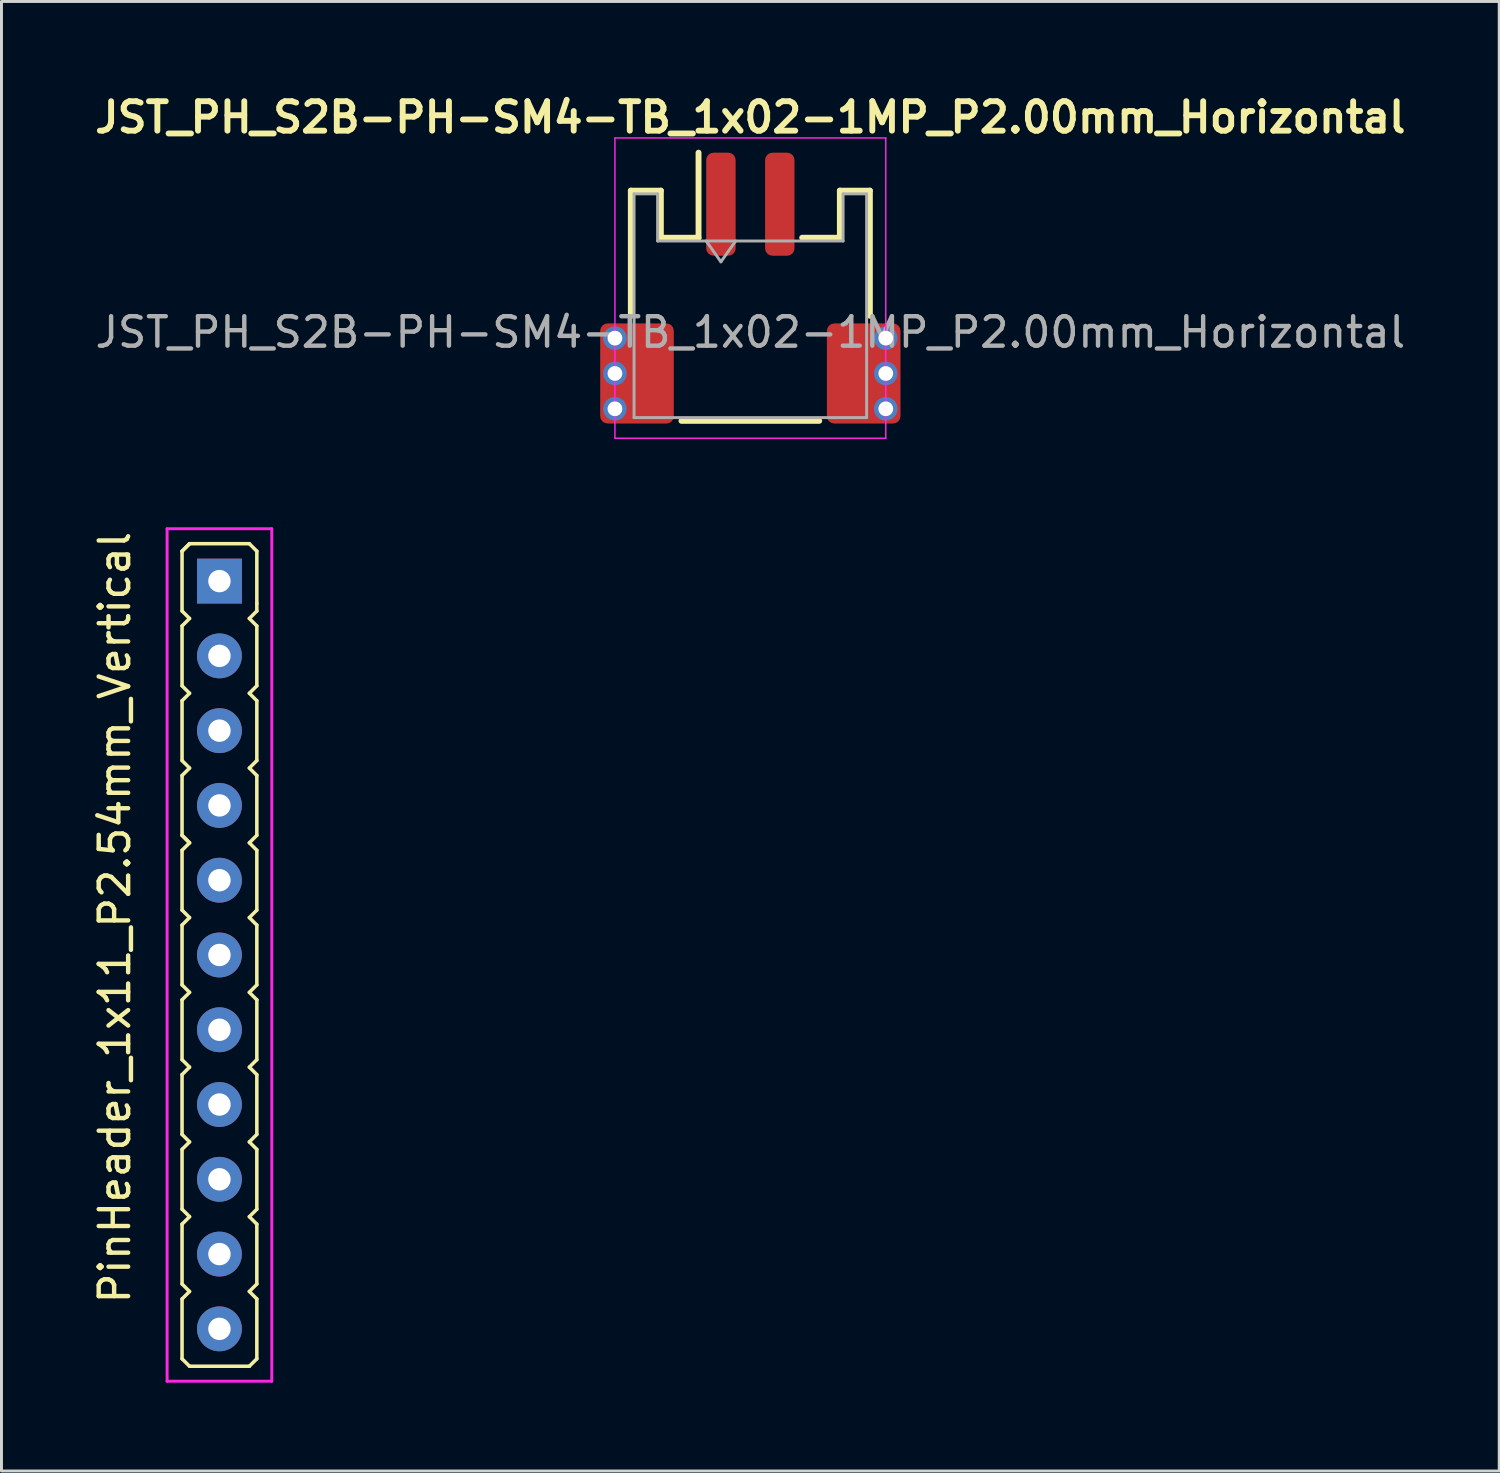
<source format=kicad_pcb>
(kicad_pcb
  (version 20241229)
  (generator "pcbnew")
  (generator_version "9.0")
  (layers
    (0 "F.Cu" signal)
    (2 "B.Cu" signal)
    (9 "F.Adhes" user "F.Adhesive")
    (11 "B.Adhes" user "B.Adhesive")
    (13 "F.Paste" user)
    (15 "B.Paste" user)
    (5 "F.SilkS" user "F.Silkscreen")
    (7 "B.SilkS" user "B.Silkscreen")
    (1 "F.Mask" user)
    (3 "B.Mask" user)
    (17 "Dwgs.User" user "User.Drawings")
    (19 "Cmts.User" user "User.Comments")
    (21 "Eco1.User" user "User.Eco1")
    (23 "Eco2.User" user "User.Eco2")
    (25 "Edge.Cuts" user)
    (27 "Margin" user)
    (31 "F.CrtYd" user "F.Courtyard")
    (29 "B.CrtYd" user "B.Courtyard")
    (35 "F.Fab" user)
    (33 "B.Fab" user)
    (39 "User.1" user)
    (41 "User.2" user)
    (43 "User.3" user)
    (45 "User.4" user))
  (footprint "JST_PH_S2B-PH-SM4-TB_1x02-1MP_P2.00mm_Horizontal"
    (layer "F.Cu")
    (at 22.438 6.736)
    (property "Reference" "JST_PH_S2B-PH-SM4-TB_1x02-1MP_P2.00mm_Horizontal" (at 0 -5.8 0) (layer "F.SilkS") (effects (font (size 1 1) (thickness 0.2) (bold yes))))
    (attr smd)
    (fp_rect (start -3.85 1.45) (end -2.85 4.35) (stroke (width 0.5) (type solid)) (fill yes) (layer "F.Mask"))
    (fp_rect (start 2.85 1.45) (end 3.85 4.35) (stroke (width 0.5) (type solid)) (fill yes) (layer "F.Mask"))
    (fp_line (start -4.06 -3.31) (end -3.04 -3.31) (stroke (width 0.2) (type solid)) (layer "F.SilkS"))
    (fp_line (start -4.06 0.94) (end -4.06 -3.31) (stroke (width 0.2) (type solid)) (layer "F.SilkS"))
    (fp_line (start -3.04 -3.31) (end -3.04 -1.71) (stroke (width 0.2) (type solid)) (layer "F.SilkS"))
    (fp_line (start -3.04 -1.71) (end -1.76 -1.71) (stroke (width 0.2) (type solid)) (layer "F.SilkS"))
    (fp_line (start -2.34 4.51) (end 2.34 4.51) (stroke (width 0.2) (type solid)) (layer "F.SilkS"))
    (fp_line (start -1.76 -1.71) (end -1.76 -4.6) (stroke (width 0.2) (type solid)) (layer "F.SilkS"))
    (fp_line (start 3.04 -3.31) (end 3.04 -1.71) (stroke (width 0.2) (type solid)) (layer "F.SilkS"))
    (fp_line (start 3.04 -1.71) (end 1.76 -1.71) (stroke (width 0.2) (type solid)) (layer "F.SilkS"))
    (fp_line (start 4.06 -3.31) (end 3.04 -3.31) (stroke (width 0.2) (type solid)) (layer "F.SilkS"))
    (fp_line (start 4.06 0.94) (end 4.06 -3.31) (stroke (width 0.2) (type solid)) (layer "F.SilkS"))
    (fp_rect (start -3.85 1.45) (end -2.85 4.35) (stroke (width 0.5) (type solid)) (fill yes) (layer "F.Paste"))
    (fp_rect (start 2.85 1.45) (end 3.85 4.35) (stroke (width 0.5) (type solid)) (fill yes) (layer "F.Paste"))
    (fp_line (start -4.6 -5.1) (end -4.6 5.1) (stroke (width 0.05) (type solid)) (layer "F.CrtYd"))
    (fp_line (start -4.6 5.1) (end 4.6 5.1) (stroke (width 0.05) (type solid)) (layer "F.CrtYd"))
    (fp_line (start 4.6 -5.1) (end -4.6 -5.1) (stroke (width 0.05) (type solid)) (layer "F.CrtYd"))
    (fp_line (start 4.6 5.1) (end 4.6 -5.1) (stroke (width 0.05) (type solid)) (layer "F.CrtYd"))
    (fp_line (start -3.95 -3.2) (end -3.95 4.4) (stroke (width 0.1) (type solid)) (layer "F.Fab"))
    (fp_line (start -3.95 -3.2) (end -3.15 -3.2) (stroke (width 0.1) (type solid)) (layer "F.Fab"))
    (fp_line (start -3.95 4.4) (end 3.95 4.4) (stroke (width 0.1) (type solid)) (layer "F.Fab"))
    (fp_line (start -3.15 -3.2) (end -3.15 -1.6) (stroke (width 0.1) (type solid)) (layer "F.Fab"))
    (fp_line (start -3.15 -1.6) (end 3.15 -1.6) (stroke (width 0.1) (type solid)) (layer "F.Fab"))
    (fp_line (start -1.5 -1.6) (end -1 -0.893) (stroke (width 0.1) (type solid)) (layer "F.Fab"))
    (fp_line (start -1 -0.893) (end -0.5 -1.6) (stroke (width 0.1) (type solid)) (layer "F.Fab"))
    (fp_line (start 3.15 -3.2) (end 3.95 -3.2) (stroke (width 0.1) (type solid)) (layer "F.Fab"))
    (fp_line (start 3.15 -1.6) (end 3.15 -3.2) (stroke (width 0.1) (type solid)) (layer "F.Fab"))
    (fp_line (start 3.95 -3.2) (end 3.95 4.4) (stroke (width 0.1) (type solid)) (layer "F.Fab"))
    (fp_text user "${REFERENCE}" (at 0 1.5 0) (layer "F.Fab") (effects (font (size 1 1) (thickness 0.15))))
    (pad "1" smd roundrect (at -1 -2.85) (size 1 3.5) (layers "F.Cu" "F.Mask" "F.Paste") (roundrect_rratio 0.25))
    (pad "2" smd roundrect (at 1 -2.85) (size 1 3.5) (layers "F.Cu" "F.Mask" "F.Paste") (roundrect_rratio 0.25))
    (pad "MP" thru_hole circle (at -4.6 1.7) (size 0.8 0.8) (drill 0.5) (layers "*.Cu"))
    (pad "MP" thru_hole circle (at -4.6 2.9) (size 0.8 0.8) (drill 0.5) (layers "*.Cu"))
    (pad "MP" thru_hole circle (at -4.6 4.1) (size 0.8 0.8) (drill 0.5) (layers "*.Cu"))
    (pad "MP" smd roundrect (at -3.85 2.9) (size 2.5 3.4) (layers "F.Cu") (roundrect_rratio 0.1))
    (pad "MP" smd roundrect (at 3.85 2.9 180) (size 2.5 3.4) (layers "F.Cu") (roundrect_rratio 0.1))
    (pad "MP" thru_hole circle (at 4.6 1.7 180) (size 0.8 0.8) (drill 0.5) (layers "*.Cu"))
    (pad "MP" thru_hole circle (at 4.6 2.9 180) (size 0.8 0.8) (drill 0.5) (layers "*.Cu"))
    (pad "MP" thru_hole circle (at 4.6 4.1 180) (size 0.8 0.8) (drill 0.5) (layers "*.Cu")))
  (footprint "PinHeader_1x11_P2.54mm_Vertical"
    (layer "F.Cu")
    (at 4.404 28.119)
    (property "Reference" "PinHeader_1x11_P2.54mm_Vertical" (at -3.556 0 90) (layer "F.SilkS") (effects (font (size 1 1) (thickness 0.15))))
    (attr through_hole)
    (fp_line (start -1.27 -12.446) (end -1.016 -12.7) (stroke (width 0.12) (type solid)) (layer "F.SilkS"))
    (fp_line (start -1.27 -12.446) (end -1.016 -12.7) (stroke (width 0.12) (type solid)) (layer "F.SilkS"))
    (fp_line (start -1.27 -10.414) (end -1.27 -12.446) (stroke (width 0.12) (type solid)) (layer "F.SilkS"))
    (fp_line (start -1.27 -9.906) (end -1.016 -10.16) (stroke (width 0.12) (type solid)) (layer "F.SilkS"))
    (fp_line (start -1.27 -7.874) (end -1.27 -9.906) (stroke (width 0.12) (type solid)) (layer "F.SilkS"))
    (fp_line (start -1.27 -7.366) (end -1.016 -7.62) (stroke (width 0.12) (type solid)) (layer "F.SilkS"))
    (fp_line (start -1.27 -5.334) (end -1.27 -7.366) (stroke (width 0.12) (type solid)) (layer "F.SilkS"))
    (fp_line (start -1.27 -4.826) (end -1.016 -5.08) (stroke (width 0.12) (type solid)) (layer "F.SilkS"))
    (fp_line (start -1.27 -2.794) (end -1.27 -4.826) (stroke (width 0.12) (type solid)) (layer "F.SilkS"))
    (fp_line (start -1.27 -2.286) (end -1.016 -2.54) (stroke (width 0.12) (type solid)) (layer "F.SilkS"))
    (fp_line (start -1.27 -0.254) (end -1.27 -2.286) (stroke (width 0.12) (type solid)) (layer "F.SilkS"))
    (fp_line (start -1.27 -0.254) (end -1.016 0) (stroke (width 0.12) (type solid)) (layer "F.SilkS"))
    (fp_line (start -1.27 0.254) (end -1.27 2.286) (stroke (width 0.12) (type solid)) (layer "F.SilkS"))
    (fp_line (start -1.27 0.254) (end -1.016 0) (stroke (width 0.12) (type solid)) (layer "F.SilkS"))
    (fp_line (start -1.27 2.794) (end -1.27 4.826) (stroke (width 0.12) (type solid)) (layer "F.SilkS"))
    (fp_line (start -1.27 2.794) (end -1.016 2.54) (stroke (width 0.12) (type solid)) (layer "F.SilkS"))
    (fp_line (start -1.27 5.334) (end -1.27 7.366) (stroke (width 0.12) (type solid)) (layer "F.SilkS"))
    (fp_line (start -1.27 7.874) (end -1.27 9.906) (stroke (width 0.12) (type solid)) (layer "F.SilkS"))
    (fp_line (start -1.27 7.874) (end -1.016 7.62) (stroke (width 0.12) (type solid)) (layer "F.SilkS"))
    (fp_line (start -1.27 9.906) (end -1.016 10.16) (stroke (width 0.12) (type solid)) (layer "F.SilkS"))
    (fp_line (start -1.27 10.414) (end -1.016 10.16) (stroke (width 0.12) (type solid)) (layer "F.SilkS"))
    (fp_line (start -1.27 12.446) (end -1.27 10.414) (stroke (width 0.12) (type solid)) (layer "F.SilkS"))
    (fp_line (start -1.27 12.954) (end -1.016 12.7) (stroke (width 0.12) (type solid)) (layer "F.SilkS"))
    (fp_line (start -1.27 14.986) (end -1.27 12.954) (stroke (width 0.12) (type solid)) (layer "F.SilkS"))
    (fp_line (start -1.016 -10.16) (end -1.27 -10.414) (stroke (width 0.12) (type solid)) (layer "F.SilkS"))
    (fp_line (start -1.016 -7.62) (end -1.27 -7.874) (stroke (width 0.12) (type solid)) (layer "F.SilkS"))
    (fp_line (start -1.016 -5.08) (end -1.27 -5.334) (stroke (width 0.12) (type solid)) (layer "F.SilkS"))
    (fp_line (start -1.016 -2.54) (end -1.27 -2.794) (stroke (width 0.12) (type solid)) (layer "F.SilkS"))
    (fp_line (start -1.016 -2.54) (end -1.27 -2.794) (stroke (width 0.12) (type solid)) (layer "F.SilkS"))
    (fp_line (start -1.016 2.54) (end -1.27 2.286) (stroke (width 0.12) (type solid)) (layer "F.SilkS"))
    (fp_line (start -1.016 5.08) (end -1.27 4.826) (stroke (width 0.12) (type solid)) (layer "F.SilkS"))
    (fp_line (start -1.016 5.08) (end -1.27 5.334) (stroke (width 0.12) (type solid)) (layer "F.SilkS"))
    (fp_line (start -1.016 7.62) (end -1.27 7.366) (stroke (width 0.12) (type solid)) (layer "F.SilkS"))
    (fp_line (start -1.016 12.7) (end -1.27 12.446) (stroke (width 0.12) (type solid)) (layer "F.SilkS"))
    (fp_line (start -1.016 15.24) (end -1.27 14.986) (stroke (width 0.12) (type solid)) (layer "F.SilkS"))
    (fp_line (start -1.016 15.24) (end 1.016 15.24) (stroke (width 0.12) (type solid)) (layer "F.SilkS"))
    (fp_line (start 1.016 -12.7) (end -1.016 -12.7) (stroke (width 0.12) (type solid)) (layer "F.SilkS"))
    (fp_line (start 1.016 -10.16) (end 1.27 -9.906) (stroke (width 0.12) (type solid)) (layer "F.SilkS"))
    (fp_line (start 1.016 -7.62) (end 1.27 -7.366) (stroke (width 0.12) (type solid)) (layer "F.SilkS"))
    (fp_line (start 1.016 -5.08) (end 1.27 -4.826) (stroke (width 0.12) (type solid)) (layer "F.SilkS"))
    (fp_line (start 1.016 -2.54) (end 1.27 -2.286) (stroke (width 0.12) (type solid)) (layer "F.SilkS"))
    (fp_line (start 1.016 2.54) (end 1.27 2.286) (stroke (width 0.12) (type solid)) (layer "F.SilkS"))
    (fp_line (start 1.016 5.08) (end 1.27 4.826) (stroke (width 0.12) (type solid)) (layer "F.SilkS"))
    (fp_line (start 1.016 5.08) (end 1.27 5.334) (stroke (width 0.12) (type solid)) (layer "F.SilkS"))
    (fp_line (start 1.27 -12.446) (end 1.016 -12.7) (stroke (width 0.12) (type solid)) (layer "F.SilkS"))
    (fp_line (start 1.27 -12.446) (end 1.27 -10.668) (stroke (width 0.12) (type solid)) (layer "F.SilkS"))
    (fp_line (start 1.27 -10.668) (end 1.27 -10.414) (stroke (width 0.12) (type solid)) (layer "F.SilkS"))
    (fp_line (start 1.27 -10.414) (end 1.016 -10.16) (stroke (width 0.12) (type solid)) (layer "F.SilkS"))
    (fp_line (start 1.27 -9.906) (end 1.27 -7.874) (stroke (width 0.12) (type solid)) (layer "F.SilkS"))
    (fp_line (start 1.27 -7.874) (end 1.016 -7.62) (stroke (width 0.12) (type solid)) (layer "F.SilkS"))
    (fp_line (start 1.27 -7.366) (end 1.27 -5.334) (stroke (width 0.12) (type solid)) (layer "F.SilkS"))
    (fp_line (start 1.27 -5.334) (end 1.016 -5.08) (stroke (width 0.12) (type solid)) (layer "F.SilkS"))
    (fp_line (start 1.27 -4.826) (end 1.27 -2.794) (stroke (width 0.12) (type solid)) (layer "F.SilkS"))
    (fp_line (start 1.27 -2.794) (end 1.016 -2.54) (stroke (width 0.12) (type solid)) (layer "F.SilkS"))
    (fp_line (start 1.27 -2.286) (end 1.27 -0.254) (stroke (width 0.12) (type solid)) (layer "F.SilkS"))
    (fp_line (start 1.27 -0.254) (end 1.016 0) (stroke (width 0.12) (type solid)) (layer "F.SilkS"))
    (fp_line (start 1.27 0.254) (end 1.016 0) (stroke (width 0.12) (type solid)) (layer "F.SilkS"))
    (fp_line (start 1.27 0.254) (end 1.27 2.286) (stroke (width 0.12) (type solid)) (layer "F.SilkS"))
    (fp_line (start 1.27 2.794) (end 1.016 2.54) (stroke (width 0.12) (type solid)) (layer "F.SilkS"))
    (fp_line (start 1.27 2.794) (end 1.27 4.826) (stroke (width 0.12) (type solid)) (layer "F.SilkS"))
    (fp_line (start 1.27 5.334) (end 1.27 7.366) (stroke (width 0.12) (type solid)) (layer "F.SilkS"))
    (fp_line (start 1.27 7.366) (end 1.016 7.62) (stroke (width 0.12) (type solid)) (layer "F.SilkS"))
    (fp_line (start 1.27 7.874) (end 1.016 7.62) (stroke (width 0.12) (type solid)) (layer "F.SilkS"))
    (fp_line (start 1.27 7.874) (end 1.27 9.906) (stroke (width 0.12) (type solid)) (layer "F.SilkS"))
    (fp_line (start 1.27 9.906) (end 1.016 10.16) (stroke (width 0.12) (type solid)) (layer "F.SilkS"))
    (fp_line (start 1.27 10.414) (end 1.016 10.16) (stroke (width 0.12) (type solid)) (layer "F.SilkS"))
    (fp_line (start 1.27 10.414) (end 1.27 12.446) (stroke (width 0.12) (type solid)) (layer "F.SilkS"))
    (fp_line (start 1.27 12.446) (end 1.016 12.7) (stroke (width 0.12) (type solid)) (layer "F.SilkS"))
    (fp_line (start 1.27 12.954) (end 1.016 12.7) (stroke (width 0.12) (type solid)) (layer "F.SilkS"))
    (fp_line (start 1.27 12.954) (end 1.27 14.986) (stroke (width 0.12) (type solid)) (layer "F.SilkS"))
    (fp_line (start 1.27 14.986) (end 1.016 15.24) (stroke (width 0.12) (type solid)) (layer "F.SilkS"))
    (fp_line (start -1.778 15.748) (end -1.778 -13.208) (stroke (width 0.1) (type solid)) (layer "F.CrtYd"))
    (fp_line (start -1.778 15.748) (end 1.778 15.748) (stroke (width 0.1) (type solid)) (layer "F.CrtYd"))
    (fp_line (start 1.778 -13.208) (end -1.778 -13.208) (stroke (width 0.1) (type solid)) (layer "F.CrtYd"))
    (fp_line (start 1.778 -13.208) (end 1.778 15.748) (stroke (width 0.1) (type solid)) (layer "F.CrtYd"))
    (pad "1" thru_hole rect (at 0 -11.43) (size 1.524 1.524) (drill 0.762) (layers "*.Cu" "*.Mask"))
    (pad "2" thru_hole oval (at 0 -8.89) (size 1.524 1.524) (drill 0.762) (layers "*.Cu" "*.Mask"))
    (pad "3" thru_hole oval (at 0 -6.35) (size 1.524 1.524) (drill 0.762) (layers "*.Cu" "*.Mask"))
    (pad "4" thru_hole oval (at 0 -3.81) (size 1.524 1.524) (drill 0.762) (layers "*.Cu" "*.Mask"))
    (pad "5" thru_hole oval (at 0 -1.27) (size 1.524 1.524) (drill 0.762) (layers "*.Cu" "*.Mask"))
    (pad "6" thru_hole oval (at 0 1.27) (size 1.524 1.524) (drill 0.762) (layers "*.Cu" "*.Mask"))
    (pad "7" thru_hole oval (at 0 3.81) (size 1.524 1.524) (drill 0.762) (layers "*.Cu" "*.Mask"))
    (pad "8" thru_hole oval (at 0 6.35) (size 1.524 1.524) (drill 0.762) (layers "*.Cu" "*.Mask"))
    (pad "9" thru_hole oval (at 0 8.89) (size 1.524 1.524) (drill 0.762) (layers "*.Cu" "*.Mask"))
    (pad "10" thru_hole oval (at 0 11.43) (size 1.524 1.524) (drill 0.762) (layers "*.Cu" "*.Mask"))
    (pad "11" thru_hole oval (at 0 13.97) (size 1.524 1.524) (drill 0.762) (layers "*.Cu" "*.Mask")))
  (gr_rect
    (start -3 -3)
    (end 47.876 46.917)
    (stroke (width 0.1) (type default))
    (fill no)
    (layer "Edge.Cuts")))
</source>
